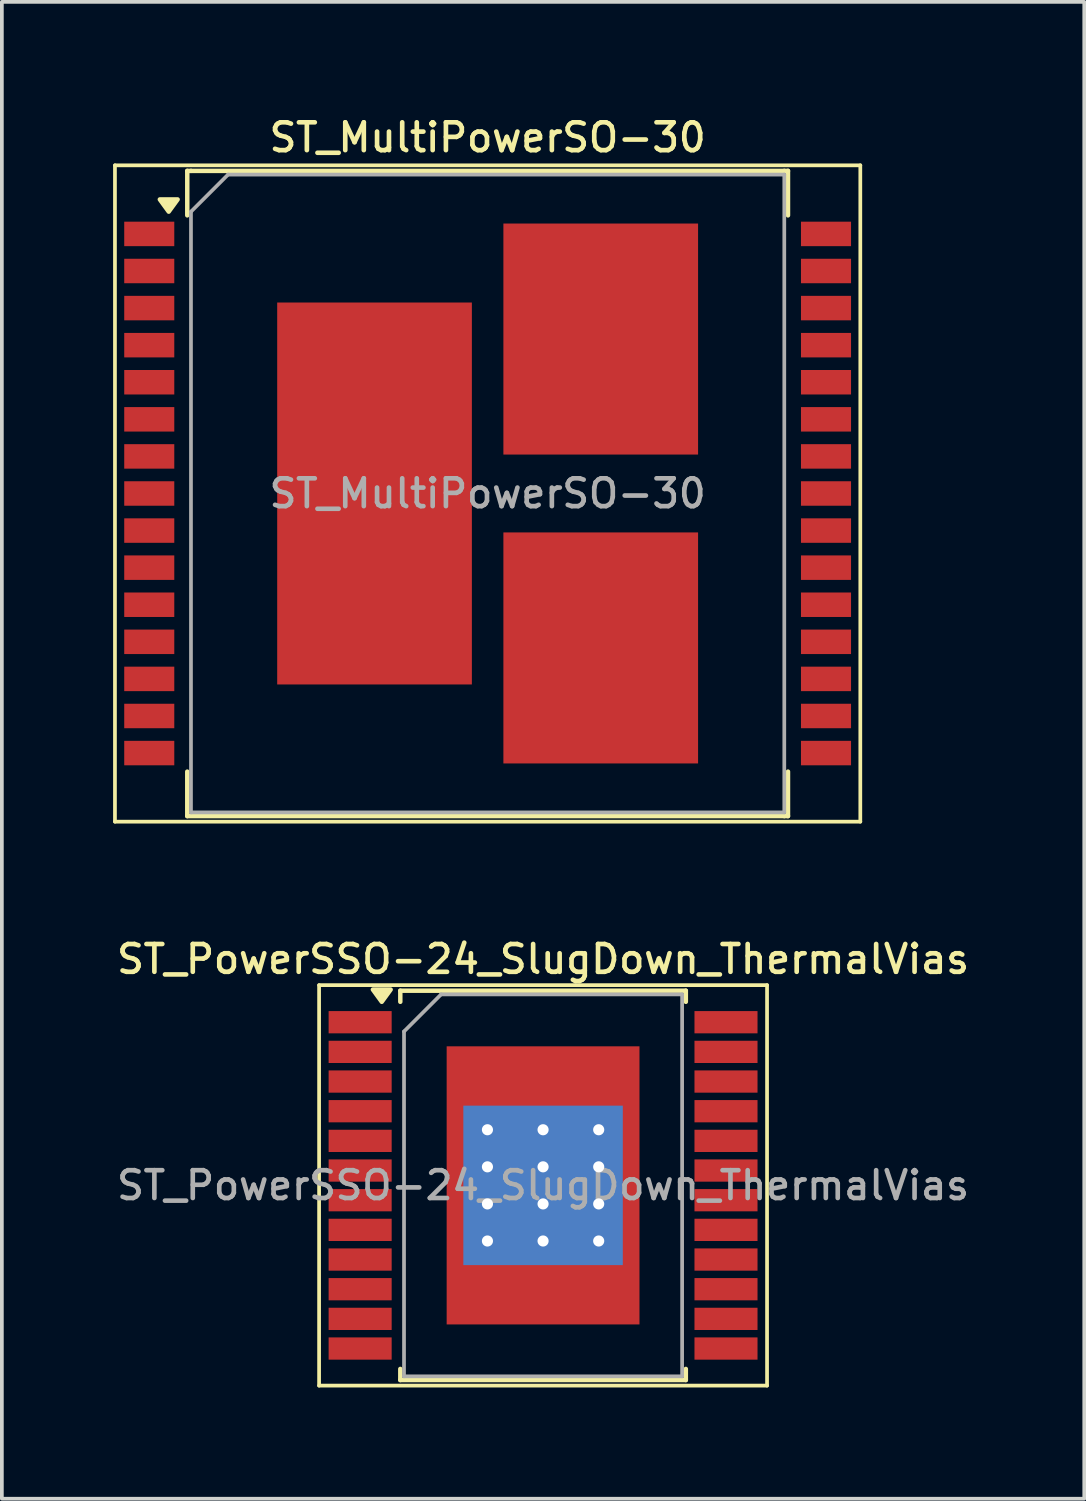
<source format=kicad_pcb>
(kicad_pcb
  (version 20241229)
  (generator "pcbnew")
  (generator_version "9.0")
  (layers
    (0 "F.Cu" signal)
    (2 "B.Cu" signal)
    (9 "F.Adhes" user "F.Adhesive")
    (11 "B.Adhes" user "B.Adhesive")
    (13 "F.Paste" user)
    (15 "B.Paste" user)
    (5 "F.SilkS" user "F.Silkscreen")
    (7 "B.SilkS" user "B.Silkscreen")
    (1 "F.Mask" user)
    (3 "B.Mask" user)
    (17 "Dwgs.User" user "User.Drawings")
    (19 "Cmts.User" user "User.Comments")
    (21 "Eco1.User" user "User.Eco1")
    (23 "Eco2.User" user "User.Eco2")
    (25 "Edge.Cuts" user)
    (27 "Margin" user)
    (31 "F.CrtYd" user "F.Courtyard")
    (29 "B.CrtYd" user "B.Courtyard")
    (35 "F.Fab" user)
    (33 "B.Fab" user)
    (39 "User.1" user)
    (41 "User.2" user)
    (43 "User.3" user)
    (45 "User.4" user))
  (footprint "ST_PowerSSO-24_SlugDown_ThermalVias"
    (layer "F.Cu")
    (at 11.595 28.916)
    (property "Reference" "ST_PowerSSO-24_SlugDown_ThermalVias" (at 0 -6.1 0) (layer "F.SilkS") (effects (font (size 0.75 0.75) (thickness 0.125))))
    (attr smd)
    (fp_line (start -6.04 -5.4) (end -6.04 5.4) (stroke (width 0.1) (type solid)) (layer "F.SilkS"))
    (fp_line (start -6.04 -5.4) (end 6.04 -5.4) (stroke (width 0.1) (type solid)) (layer "F.SilkS"))
    (fp_line (start -3.85 -5.25) (end -3.85 -4.95) (stroke (width 0.12) (type solid)) (layer "F.SilkS"))
    (fp_line (start -3.85 5.25) (end -3.85 4.95) (stroke (width 0.12) (type solid)) (layer "F.SilkS"))
    (fp_line (start 3.85 -5.25) (end -3.85 -5.25) (stroke (width 0.12) (type solid)) (layer "F.SilkS"))
    (fp_line (start 3.85 -5.25) (end 3.85 -4.95) (stroke (width 0.12) (type solid)) (layer "F.SilkS"))
    (fp_line (start 3.85 5.25) (end -3.85 5.25) (stroke (width 0.12) (type solid)) (layer "F.SilkS"))
    (fp_line (start 3.85 5.25) (end 3.85 4.95) (stroke (width 0.12) (type solid)) (layer "F.SilkS"))
    (fp_line (start 6.04 5.4) (end -6.04 5.4) (stroke (width 0.1) (type solid)) (layer "F.SilkS"))
    (fp_line (start 6.04 5.4) (end 6.04 -5.4) (stroke (width 0.1) (type solid)) (layer "F.SilkS"))
    (fp_poly (pts (xy -4.35 -4.95) (xy -4.59 -5.28) (xy -4.11 -5.28) (xy -4.35 -4.95)) (stroke (width 0.12) (type solid)) (fill yes) (layer "F.SilkS"))
    (fp_line (start -3.75 -4.15) (end -3.75 5.15) (stroke (width 0.1) (type solid)) (layer "F.Fab"))
    (fp_line (start -3.75 5.15) (end 3.75 5.15) (stroke (width 0.1) (type solid)) (layer "F.Fab"))
    (fp_line (start -2.75 -5.15) (end -3.75 -4.15) (stroke (width 0.1) (type solid)) (layer "F.Fab"))
    (fp_line (start 3.75 -5.15) (end -2.75 -5.15) (stroke (width 0.1) (type solid)) (layer "F.Fab"))
    (fp_line (start 3.75 5.15) (end 3.75 -5.15) (stroke (width 0.1) (type solid)) (layer "F.Fab"))
    (fp_text user "${REFERENCE}" (at 0 0 0) (layer "F.Fab") (effects (font (size 0.75 0.75) (thickness 0.125))))
    (pad "1" smd rect (at -4.933 -4.4) (size 1.7 0.6) (layers "F.Cu" "F.Mask" "F.Paste"))
    (pad "2" smd rect (at -4.933 -3.6) (size 1.7 0.6) (layers "F.Cu" "F.Mask" "F.Paste"))
    (pad "3" smd rect (at -4.933 -2.8) (size 1.7 0.6) (layers "F.Cu" "F.Mask" "F.Paste"))
    (pad "4" smd rect (at -4.933 -2) (size 1.7 0.6) (layers "F.Cu" "F.Mask" "F.Paste"))
    (pad "5" smd rect (at -4.933 -1.2) (size 1.7 0.6) (layers "F.Cu" "F.Mask" "F.Paste"))
    (pad "6" smd rect (at -4.933 -0.4) (size 1.7 0.6) (layers "F.Cu" "F.Mask" "F.Paste"))
    (pad "7" smd rect (at -4.933 0.4) (size 1.7 0.6) (layers "F.Cu" "F.Mask" "F.Paste"))
    (pad "8" smd rect (at -4.933 1.2) (size 1.7 0.6) (layers "F.Cu" "F.Mask" "F.Paste"))
    (pad "9" smd rect (at -4.933 2) (size 1.7 0.6) (layers "F.Cu" "F.Mask" "F.Paste"))
    (pad "10" smd rect (at -4.933 2.8) (size 1.7 0.6) (layers "F.Cu" "F.Mask" "F.Paste"))
    (pad "11" smd rect (at -4.933 3.6) (size 1.7 0.6) (layers "F.Cu" "F.Mask" "F.Paste"))
    (pad "12" smd rect (at -4.933 4.4) (size 1.7 0.6) (layers "F.Cu" "F.Mask" "F.Paste"))
    (pad "13" smd rect (at 4.933 4.4) (size 1.7 0.6) (layers "F.Cu" "F.Mask" "F.Paste"))
    (pad "14" smd rect (at 4.933 3.6) (size 1.7 0.6) (layers "F.Cu" "F.Mask" "F.Paste"))
    (pad "15" smd rect (at 4.933 2.8) (size 1.7 0.6) (layers "F.Cu" "F.Mask" "F.Paste"))
    (pad "16" smd rect (at 4.933 2) (size 1.7 0.6) (layers "F.Cu" "F.Mask" "F.Paste"))
    (pad "17" smd rect (at 4.933 1.2) (size 1.7 0.6) (layers "F.Cu" "F.Mask" "F.Paste"))
    (pad "18" smd rect (at 4.933 0.4) (size 1.7 0.6) (layers "F.Cu" "F.Mask" "F.Paste"))
    (pad "19" smd rect (at 4.933 -0.4) (size 1.7 0.6) (layers "F.Cu" "F.Mask" "F.Paste"))
    (pad "20" smd rect (at 4.933 -1.2) (size 1.7 0.6) (layers "F.Cu" "F.Mask" "F.Paste"))
    (pad "21" smd rect (at 4.933 -2) (size 1.7 0.6) (layers "F.Cu" "F.Mask" "F.Paste"))
    (pad "22" smd rect (at 4.933 -2.8) (size 1.7 0.6) (layers "F.Cu" "F.Mask" "F.Paste"))
    (pad "23" smd rect (at 4.933 -3.6) (size 1.7 0.6) (layers "F.Cu" "F.Mask" "F.Paste"))
    (pad "24" smd rect (at 4.933 -4.4) (size 1.7 0.6) (layers "F.Cu" "F.Mask" "F.Paste"))
    (pad "25" thru_hole circle (at -1.5 -1.5) (size 0.7 0.7) (drill 0.3) (layers "*.Cu"))
    (pad "25" thru_hole circle (at -1.5 -0.5) (size 0.7 0.7) (drill 0.3) (layers "*.Cu"))
    (pad "25" thru_hole circle (at -1.5 0.5) (size 0.7 0.7) (drill 0.3) (layers "*.Cu"))
    (pad "25" thru_hole circle (at -1.5 1.5) (size 0.7 0.7) (drill 0.3) (layers "*.Cu"))
    (pad "25" thru_hole circle (at 0 -1.5) (size 0.7 0.7) (drill 0.3) (layers "*.Cu"))
    (pad "25" thru_hole circle (at 0 -0.5) (size 0.7 0.7) (drill 0.3) (layers "*.Cu"))
    (pad "25" smd rect (at 0 0) (size 4.3 4.3) (layers "B.Cu"))
    (pad "25" smd rect (at 0 0) (size 5.2 7.5) (layers "F.Cu" "F.Mask" "F.Paste"))
    (pad "25" thru_hole circle (at 0 0.5) (size 0.7 0.7) (drill 0.3) (layers "*.Cu"))
    (pad "25" thru_hole circle (at 0 1.5) (size 0.7 0.7) (drill 0.3) (layers "*.Cu"))
    (pad "25" thru_hole circle (at 1.5 -1.5) (size 0.7 0.7) (drill 0.3) (layers "*.Cu"))
    (pad "25" thru_hole circle (at 1.5 -0.5) (size 0.7 0.7) (drill 0.3) (layers "*.Cu"))
    (pad "25" thru_hole circle (at 1.5 0.5) (size 0.7 0.7) (drill 0.3) (layers "*.Cu"))
    (pad "25" thru_hole circle (at 1.5 1.5) (size 0.7 0.7) (drill 0.3) (layers "*.Cu")))
  (footprint "ST_MultiPowerSO-30"
    (layer "F.Cu")
    (at 10.1 10.258)
    (property "Reference" "ST_MultiPowerSO-30" (at 0 -9.6 0) (layer "F.SilkS") (effects (font (size 0.75 0.75) (thickness 0.125))))
    (attr smd)
    (fp_line (start -10.05 -8.85) (end -10.05 8.85) (stroke (width 0.1) (type solid)) (layer "F.SilkS"))
    (fp_line (start -10.05 -8.85) (end 10.05 -8.85) (stroke (width 0.1) (type solid)) (layer "F.SilkS"))
    (fp_line (start -8.1 -8.7) (end -8.1 -7.5) (stroke (width 0.12) (type solid)) (layer "F.SilkS"))
    (fp_line (start -8.1 8.7) (end -8.1 7.5) (stroke (width 0.12) (type solid)) (layer "F.SilkS"))
    (fp_line (start -8 -8.7) (end -8.1 -8.7) (stroke (width 0.12) (type solid)) (layer "F.SilkS"))
    (fp_line (start 8 -8.7) (end -8 -8.7) (stroke (width 0.12) (type solid)) (layer "F.SilkS"))
    (fp_line (start 8 -8.7) (end 8.1 -8.7) (stroke (width 0.12) (type solid)) (layer "F.SilkS"))
    (fp_line (start 8 8.7) (end -8.1 8.7) (stroke (width 0.12) (type solid)) (layer "F.SilkS"))
    (fp_line (start 8 8.7) (end 8.1 8.7) (stroke (width 0.12) (type solid)) (layer "F.SilkS"))
    (fp_line (start 8.1 -8.7) (end 8.1 -7.5) (stroke (width 0.12) (type solid)) (layer "F.SilkS"))
    (fp_line (start 8.1 8.7) (end 8.1 7.5) (stroke (width 0.12) (type solid)) (layer "F.SilkS"))
    (fp_line (start 10.05 8.85) (end -10.05 8.85) (stroke (width 0.1) (type solid)) (layer "F.SilkS"))
    (fp_line (start 10.05 8.85) (end 10.05 -8.85) (stroke (width 0.1) (type solid)) (layer "F.SilkS"))
    (fp_poly (pts (xy -8.6 -7.6) (xy -8.84 -7.93) (xy -8.36 -7.93) (xy -8.6 -7.6)) (stroke (width 0.12) (type solid)) (fill yes) (layer "F.SilkS"))
    (fp_line (start -8 -7.6) (end -8 8.6) (stroke (width 0.1) (type solid)) (layer "F.Fab"))
    (fp_line (start -8 8.6) (end 8 8.6) (stroke (width 0.1) (type solid)) (layer "F.Fab"))
    (fp_line (start -7 -8.6) (end -8 -7.6) (stroke (width 0.1) (type solid)) (layer "F.Fab"))
    (fp_line (start 8 -8.6) (end -7 -8.6) (stroke (width 0.1) (type solid)) (layer "F.Fab"))
    (fp_line (start 8 8.6) (end 8 -8.6) (stroke (width 0.1) (type solid)) (layer "F.Fab"))
    (fp_text user "${REFERENCE}" (at 0 0 0) (layer "F.Fab") (effects (font (size 0.75 0.75) (thickness 0.125))))
    (pad "1" smd rect (at -9.125 -7 270) (size 0.66 1.35) (layers "F.Cu" "F.Mask" "F.Paste"))
    (pad "2" smd rect (at -9.125 -6 270) (size 0.66 1.35) (layers "F.Cu" "F.Mask" "F.Paste"))
    (pad "3" smd rect (at -9.125 -5 270) (size 0.66 1.35) (layers "F.Cu" "F.Mask" "F.Paste"))
    (pad "4" smd rect (at -9.125 -4 270) (size 0.66 1.35) (layers "F.Cu" "F.Mask" "F.Paste"))
    (pad "5" smd rect (at -9.125 -3 270) (size 0.66 1.35) (layers "F.Cu" "F.Mask" "F.Paste"))
    (pad "6" smd rect (at -9.125 -2 270) (size 0.66 1.35) (layers "F.Cu" "F.Mask" "F.Paste"))
    (pad "7" smd rect (at -9.125 -1 270) (size 0.66 1.35) (layers "F.Cu" "F.Mask" "F.Paste"))
    (pad "8" smd rect (at -9.125 0 270) (size 0.66 1.35) (layers "F.Cu" "F.Mask" "F.Paste"))
    (pad "9" smd rect (at -9.125 1 270) (size 0.66 1.35) (layers "F.Cu" "F.Mask" "F.Paste"))
    (pad "10" smd rect (at -9.125 2 270) (size 0.66 1.35) (layers "F.Cu" "F.Mask" "F.Paste"))
    (pad "11" smd rect (at -9.125 3 270) (size 0.66 1.35) (layers "F.Cu" "F.Mask" "F.Paste"))
    (pad "12" smd rect (at -9.125 4 270) (size 0.66 1.35) (layers "F.Cu" "F.Mask" "F.Paste"))
    (pad "13" smd rect (at -9.125 5 270) (size 0.66 1.35) (layers "F.Cu" "F.Mask" "F.Paste"))
    (pad "14" smd rect (at -9.125 6 270) (size 0.66 1.35) (layers "F.Cu" "F.Mask" "F.Paste"))
    (pad "15" smd rect (at -9.125 7 270) (size 0.66 1.35) (layers "F.Cu" "F.Mask" "F.Paste"))
    (pad "16" smd rect (at 9.125 7 270) (size 0.66 1.35) (layers "F.Cu" "F.Mask" "F.Paste"))
    (pad "17" smd rect (at 9.125 6 270) (size 0.66 1.35) (layers "F.Cu" "F.Mask" "F.Paste"))
    (pad "18" smd rect (at 9.125 5 270) (size 0.66 1.35) (layers "F.Cu" "F.Mask" "F.Paste"))
    (pad "19" smd rect (at 9.125 4 270) (size 0.66 1.35) (layers "F.Cu" "F.Mask" "F.Paste"))
    (pad "20" smd rect (at 9.125 3 270) (size 0.66 1.35) (layers "F.Cu" "F.Mask" "F.Paste"))
    (pad "21" smd rect (at 9.125 2 270) (size 0.66 1.35) (layers "F.Cu" "F.Mask" "F.Paste"))
    (pad "22" smd rect (at 9.125 1 270) (size 0.66 1.35) (layers "F.Cu" "F.Mask" "F.Paste"))
    (pad "23" smd rect (at 9.125 0 270) (size 0.66 1.35) (layers "F.Cu" "F.Mask" "F.Paste"))
    (pad "24" smd rect (at 9.125 -1 270) (size 0.66 1.35) (layers "F.Cu" "F.Mask" "F.Paste"))
    (pad "25" smd rect (at 9.125 -2 270) (size 0.66 1.35) (layers "F.Cu" "F.Mask" "F.Paste"))
    (pad "26" smd rect (at 9.125 -3 270) (size 0.66 1.35) (layers "F.Cu" "F.Mask" "F.Paste"))
    (pad "27" smd rect (at 9.125 -4 270) (size 0.66 1.35) (layers "F.Cu" "F.Mask" "F.Paste"))
    (pad "28" smd rect (at 9.125 -5 270) (size 0.66 1.35) (layers "F.Cu" "F.Mask" "F.Paste"))
    (pad "29" smd rect (at 9.125 -6 270) (size 0.66 1.35) (layers "F.Cu" "F.Mask" "F.Paste"))
    (pad "30" smd rect (at 9.125 -7 270) (size 0.66 1.35) (layers "F.Cu" "F.Mask" "F.Paste"))
    (pad "31" smd rect (at -3.05 0) (size 5.25 10.3) (layers "F.Cu" "F.Mask" "F.Paste"))
    (pad "32" smd rect (at 3.05 4.165) (size 5.25 6.23) (layers "F.Cu" "F.Mask" "F.Paste"))
    (pad "33" smd rect (at 3.05 -4.165) (size 5.25 6.23) (layers "F.Cu" "F.Mask" "F.Paste")))
  (gr_rect
    (start -3 -3)
    (end 26.189 37.366)
    (stroke (width 0.1) (type default))
    (fill no)
    (layer "Edge.Cuts")))
</source>
